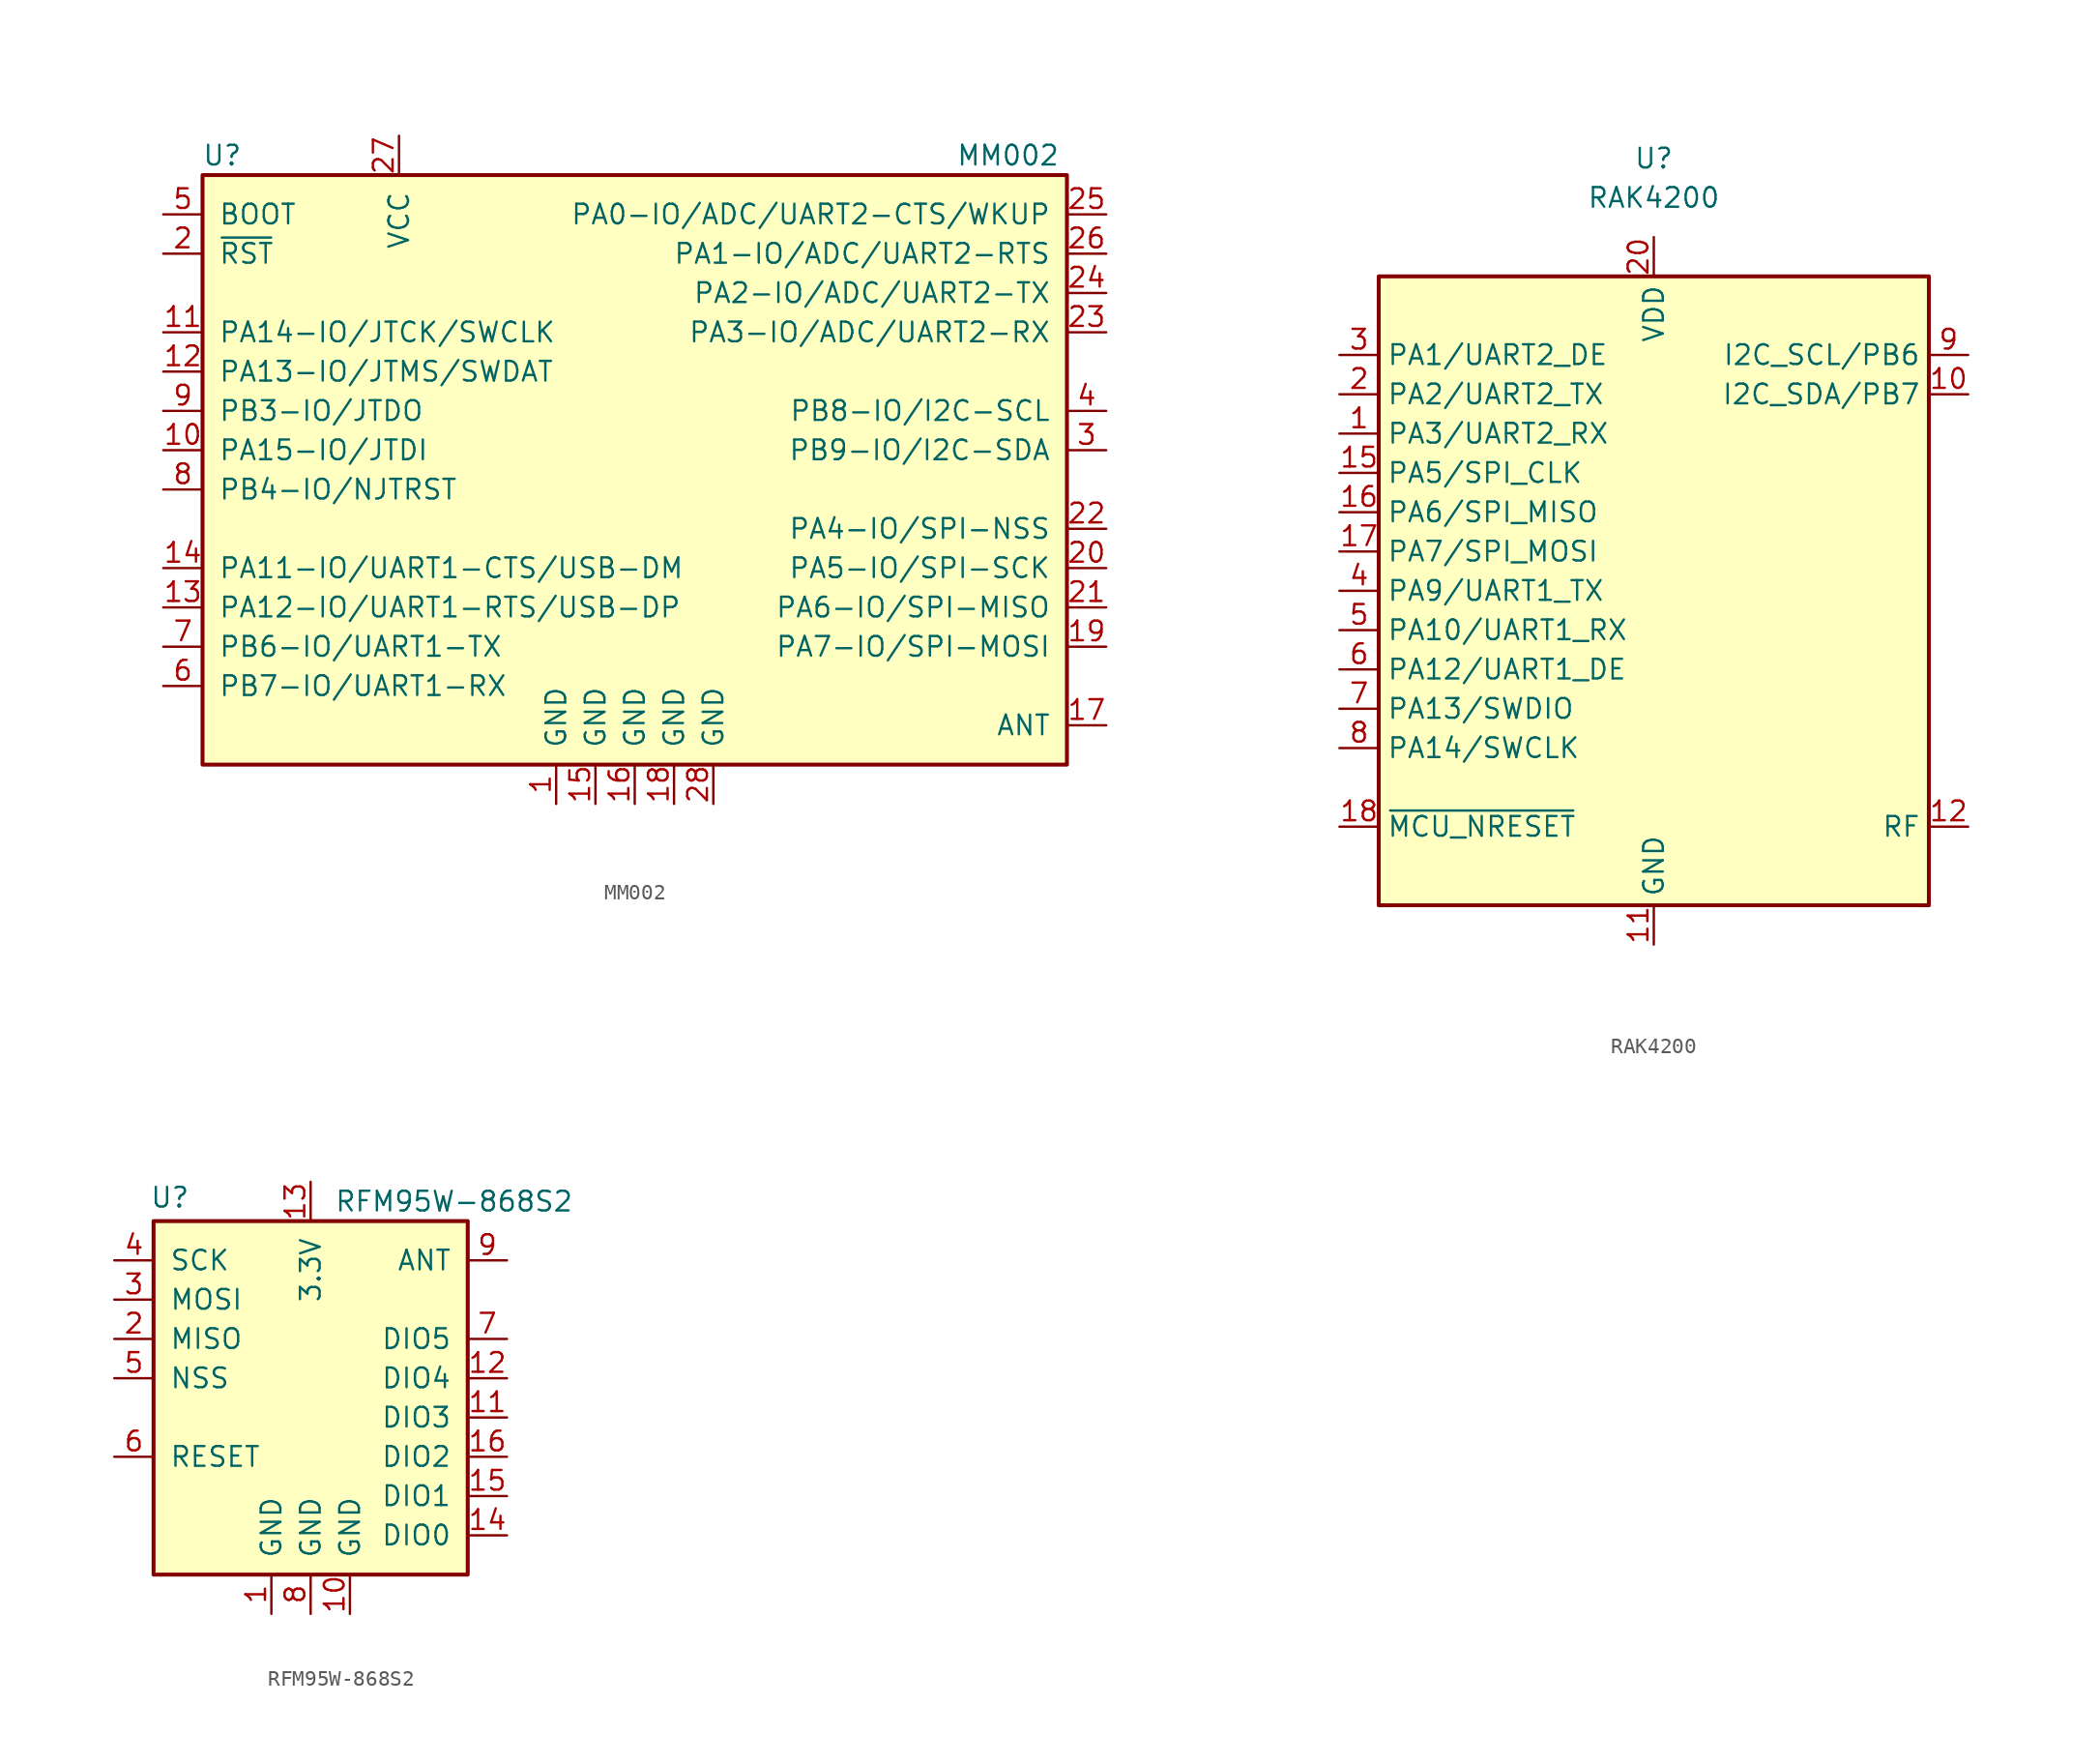
<source format=kicad_sym>
(kicad_symbol_lib
  (version 20241209)
  (generator "kicad_symbol_editor")
  (generator_version "9.0")
  (symbol "MM002"
    (pin_names
      (offset 1.016))
    (property "Reference" "U"
      (at -26.67 21.59 0)
      (effects (font (size 1.27 1.27))))
    (property "Value" "MM002"
      (at 24.13 21.59 0)
      (effects (font (size 1.27 1.27))))
    (symbol "MM002_0_1"
      (rectangle (start -27.94 20.32) (end 27.94 -17.78) (stroke (width 0.254) (type default)) (fill (type background))))
    (symbol "MM002_1_1"
      (pin input line (at -30.48 17.78 0) (length 2.54) (name "BOOT" (effects (font (size 1.27 1.27)))) (number "5" (effects (font (size 1.27 1.27)))))
      (pin input line (at -30.48 15.24 0) (length 2.54) (name "~{RST}" (effects (font (size 1.27 1.27)))) (number "2" (effects (font (size 1.27 1.27)))))
      (pin bidirectional line (at -30.48 10.16 0) (length 2.54) (name "PA14-IO/JTCK/SWCLK" (effects (font (size 1.27 1.27)))) (number "11" (effects (font (size 1.27 1.27)))))
      (pin bidirectional line (at -30.48 7.62 0) (length 2.54) (name "PA13-IO/JTMS/SWDAT" (effects (font (size 1.27 1.27)))) (number "12" (effects (font (size 1.27 1.27)))))
      (pin bidirectional line (at -30.48 5.08 0) (length 2.54) (name "PB3-IO/JTDO" (effects (font (size 1.27 1.27)))) (number "9" (effects (font (size 1.27 1.27)))))
      (pin bidirectional line (at -30.48 2.54 0) (length 2.54) (name "PA15-IO/JTDI" (effects (font (size 1.27 1.27)))) (number "10" (effects (font (size 1.27 1.27)))))
      (pin input line (at -30.48 0 0) (length 2.54) (name "PB4-IO/NJTRST" (effects (font (size 1.27 1.27)))) (number "8" (effects (font (size 1.27 1.27)))))
      (pin bidirectional line (at -30.48 -5.08 0) (length 2.54) (name "PA11-IO/UART1-CTS/USB-DM" (effects (font (size 1.27 1.27)))) (number "14" (effects (font (size 1.27 1.27)))))
      (pin bidirectional line (at -30.48 -7.62 0) (length 2.54) (name "PA12-IO/UART1-RTS/USB-DP" (effects (font (size 1.27 1.27)))) (number "13" (effects (font (size 1.27 1.27)))))
      (pin bidirectional line (at -30.48 -10.16 0) (length 2.54) (name "PB6-IO/UART1-TX" (effects (font (size 1.27 1.27)))) (number "7" (effects (font (size 1.27 1.27)))))
      (pin bidirectional line (at -30.48 -12.7 0) (length 2.54) (name "PB7-IO/UART1-RX" (effects (font (size 1.27 1.27)))) (number "6" (effects (font (size 1.27 1.27)))))
      (pin power_in line (at -15.24 22.86 270) (length 2.54) (name "VCC" (effects (font (size 1.27 1.27)))) (number "27" (effects (font (size 1.27 1.27)))))
      (pin power_in line (at -5.08 -20.32 90) (length 2.54) (name "GND" (effects (font (size 1.27 1.27)))) (number "1" (effects (font (size 1.27 1.27)))))
      (pin power_in line (at -2.54 -20.32 90) (length 2.54) (name "GND" (effects (font (size 1.27 1.27)))) (number "15" (effects (font (size 1.27 1.27)))))
      (pin power_in line (at 0 -20.32 90) (length 2.54) (name "GND" (effects (font (size 1.27 1.27)))) (number "16" (effects (font (size 1.27 1.27)))))
      (pin power_in line (at 2.54 -20.32 90) (length 2.54) (name "GND" (effects (font (size 1.27 1.27)))) (number "18" (effects (font (size 1.27 1.27)))))
      (pin power_in line (at 5.08 -20.32 90) (length 2.54) (name "GND" (effects (font (size 1.27 1.27)))) (number "28" (effects (font (size 1.27 1.27)))))
      (pin bidirectional line (at 30.48 17.78 180) (length 2.54) (name "PA0-IO/ADC/UART2-CTS/WKUP" (effects (font (size 1.27 1.27)))) (number "25" (effects (font (size 1.27 1.27)))))
      (pin bidirectional line (at 30.48 15.24 180) (length 2.54) (name "PA1-IO/ADC/UART2-RTS" (effects (font (size 1.27 1.27)))) (number "26" (effects (font (size 1.27 1.27)))))
      (pin bidirectional line (at 30.48 12.7 180) (length 2.54) (name "PA2-IO/ADC/UART2-TX" (effects (font (size 1.27 1.27)))) (number "24" (effects (font (size 1.27 1.27)))))
      (pin bidirectional line (at 30.48 10.16 180) (length 2.54) (name "PA3-IO/ADC/UART2-RX" (effects (font (size 1.27 1.27)))) (number "23" (effects (font (size 1.27 1.27)))))
      (pin bidirectional line (at 30.48 5.08 180) (length 2.54) (name "PB8-IO/I2C-SCL" (effects (font (size 1.27 1.27)))) (number "4" (effects (font (size 1.27 1.27)))))
      (pin bidirectional line (at 30.48 2.54 180) (length 2.54) (name "PB9-IO/I2C-SDA" (effects (font (size 1.27 1.27)))) (number "3" (effects (font (size 1.27 1.27)))))
      (pin bidirectional line (at 30.48 -2.54 180) (length 2.54) (name "PA4-IO/SPI-NSS" (effects (font (size 1.27 1.27)))) (number "22" (effects (font (size 1.27 1.27)))))
      (pin bidirectional line (at 30.48 -5.08 180) (length 2.54) (name "PA5-IO/SPI-SCK" (effects (font (size 1.27 1.27)))) (number "20" (effects (font (size 1.27 1.27)))))
      (pin bidirectional line (at 30.48 -7.62 180) (length 2.54) (name "PA6-IO/SPI-MISO" (effects (font (size 1.27 1.27)))) (number "21" (effects (font (size 1.27 1.27)))))
      (pin bidirectional line (at 30.48 -10.16 180) (length 2.54) (name "PA7-IO/SPI-MOSI" (effects (font (size 1.27 1.27)))) (number "19" (effects (font (size 1.27 1.27)))))
      (pin bidirectional line (at 30.48 -15.24 180) (length 2.54) (name "ANT" (effects (font (size 1.27 1.27)))) (number "17" (effects (font (size 1.27 1.27)))))))
  (symbol "RAK4200"
    (property "Reference" "U"
      (at 0 27.94 0)
      (effects (font (size 1.27 1.27))))
    (property "Value" "RAK4200"
      (at 0 25.4 0)
      (effects (font (size 1.27 1.27))))
    (symbol "RAK4200_0_1"
      (rectangle (start -17.78 20.32) (end 17.78 -20.32) (stroke (width 0.254) (type default)) (fill (type background))))
    (symbol "RAK4200_1_1"
      (pin bidirectional line (at -20.32 15.24 0) (length 2.54) (name "PA1/UART2_DE" (effects (font (size 1.27 1.27)))) (number "3" (effects (font (size 1.27 1.27)))))
      (pin bidirectional line (at -20.32 12.7 0) (length 2.54) (name "PA2/UART2_TX" (effects (font (size 1.27 1.27)))) (number "2" (effects (font (size 1.27 1.27)))))
      (pin bidirectional line (at -20.32 10.16 0) (length 2.54) (name "PA3/UART2_RX" (effects (font (size 1.27 1.27)))) (number "1" (effects (font (size 1.27 1.27)))))
      (pin bidirectional line (at -20.32 7.62 0) (length 2.54) (name "PA5/SPI_CLK" (effects (font (size 1.27 1.27)))) (number "15" (effects (font (size 1.27 1.27)))))
      (pin bidirectional line (at -20.32 5.08 0) (length 2.54) (name "PA6/SPI_MISO" (effects (font (size 1.27 1.27)))) (number "16" (effects (font (size 1.27 1.27)))))
      (pin bidirectional line (at -20.32 2.54 0) (length 2.54) (name "PA7/SPI_MOSI" (effects (font (size 1.27 1.27)))) (number "17" (effects (font (size 1.27 1.27)))))
      (pin bidirectional line (at -20.32 0 0) (length 2.54) (name "PA9/UART1_TX" (effects (font (size 1.27 1.27)))) (number "4" (effects (font (size 1.27 1.27)))))
      (pin bidirectional line (at -20.32 -2.54 0) (length 2.54) (name "PA10/UART1_RX" (effects (font (size 1.27 1.27)))) (number "5" (effects (font (size 1.27 1.27)))))
      (pin bidirectional line (at -20.32 -5.08 0) (length 2.54) (name "PA12/UART1_DE" (effects (font (size 1.27 1.27)))) (number "6" (effects (font (size 1.27 1.27)))))
      (pin bidirectional line (at -20.32 -7.62 0) (length 2.54) (name "PA13/SWDIO" (effects (font (size 1.27 1.27)))) (number "7" (effects (font (size 1.27 1.27)))))
      (pin bidirectional line (at -20.32 -10.16 0) (length 2.54) (name "PA14/SWCLK" (effects (font (size 1.27 1.27)))) (number "8" (effects (font (size 1.27 1.27)))))
      (pin bidirectional line (at -20.32 -15.24 0) (length 2.54) (name "~{MCU_NRESET}" (effects (font (size 1.27 1.27)))) (number "18" (effects (font (size 1.27 1.27)))))
      (pin power_in line (at 0 22.86 270) (length 2.54) (name "VDD" (effects (font (size 1.27 1.27)))) (number "20" (effects (font (size 1.27 1.27)))))
      (pin power_in line (at 0 -22.86 90) (length 2.54) (name "GND" (effects (font (size 1.27 1.27)))) (number "11" (effects (font (size 1.27 1.27)))))
      (pin passive line (at 0 -22.86 90) (length 2.54) (hide yes) (name "GND" (effects (font (size 1.27 1.27)))) (number "13" (effects (font (size 1.27 1.27)))))
      (pin passive line (at 0 -22.86 90) (length 2.54) (hide yes) (name "GND" (effects (font (size 1.27 1.27)))) (number "14" (effects (font (size 1.27 1.27)))))
      (pin passive line (at 0 -22.86 90) (length 2.54) (hide yes) (name "GND" (effects (font (size 1.27 1.27)))) (number "19" (effects (font (size 1.27 1.27)))))
      (pin bidirectional line (at 20.32 15.24 180) (length 2.54) (name "I2C_SCL/PB6" (effects (font (size 1.27 1.27)))) (number "9" (effects (font (size 1.27 1.27)))))
      (pin bidirectional line (at 20.32 12.7 180) (length 2.54) (name "I2C_SDA/PB7" (effects (font (size 1.27 1.27)))) (number "10" (effects (font (size 1.27 1.27)))))
      (pin passive line (at 20.32 -15.24 180) (length 2.54) (name "RF" (effects (font (size 1.27 1.27)))) (number "12" (effects (font (size 1.27 1.27)))))))
  (symbol "RFM95W-868S2"
    (pin_names
      (offset 1.016))
    (property "Reference" "U"
      (at -10.414 11.684 0)
      (effects (font (size 1.27 1.27)) (justify left)))
    (property "Value" "RFM95W-868S2"
      (at 1.524 11.43 0)
      (effects (font (size 1.27 1.27)) (justify left)))
    (symbol "RFM95W-868S2_0_1"
      (rectangle (start -10.16 10.16) (end 10.16 -12.7) (stroke (width 0.254) (type default)) (fill (type background))))
    (symbol "RFM95W-868S2_1_1"
      (pin input line (at -12.7 7.62 0) (length 2.54) (name "SCK" (effects (font (size 1.27 1.27)))) (number "4" (effects (font (size 1.27 1.27)))))
      (pin input line (at -12.7 5.08 0) (length 2.54) (name "MOSI" (effects (font (size 1.27 1.27)))) (number "3" (effects (font (size 1.27 1.27)))))
      (pin output line (at -12.7 2.54 0) (length 2.54) (name "MISO" (effects (font (size 1.27 1.27)))) (number "2" (effects (font (size 1.27 1.27)))))
      (pin input line (at -12.7 0 0) (length 2.54) (name "NSS" (effects (font (size 1.27 1.27)))) (number "5" (effects (font (size 1.27 1.27)))))
      (pin bidirectional line (at -12.7 -5.08 0) (length 2.54) (name "RESET" (effects (font (size 1.27 1.27)))) (number "6" (effects (font (size 1.27 1.27)))))
      (pin power_in line (at -2.54 -15.24 90) (length 2.54) (name "GND" (effects (font (size 1.27 1.27)))) (number "1" (effects (font (size 1.27 1.27)))))
      (pin power_in line (at 0 12.7 270) (length 2.54) (name "3.3V" (effects (font (size 1.27 1.27)))) (number "13" (effects (font (size 1.27 1.27)))))
      (pin power_in line (at 0 -15.24 90) (length 2.54) (name "GND" (effects (font (size 1.27 1.27)))) (number "8" (effects (font (size 1.27 1.27)))))
      (pin power_in line (at 2.54 -15.24 90) (length 2.54) (name "GND" (effects (font (size 1.27 1.27)))) (number "10" (effects (font (size 1.27 1.27)))))
      (pin bidirectional line (at 12.7 7.62 180) (length 2.54) (name "ANT" (effects (font (size 1.27 1.27)))) (number "9" (effects (font (size 1.27 1.27)))))
      (pin bidirectional line (at 12.7 2.54 180) (length 2.54) (name "DIO5" (effects (font (size 1.27 1.27)))) (number "7" (effects (font (size 1.27 1.27)))))
      (pin bidirectional line (at 12.7 0 180) (length 2.54) (name "DIO4" (effects (font (size 1.27 1.27)))) (number "12" (effects (font (size 1.27 1.27)))))
      (pin bidirectional line (at 12.7 -2.54 180) (length 2.54) (name "DIO3" (effects (font (size 1.27 1.27)))) (number "11" (effects (font (size 1.27 1.27)))))
      (pin bidirectional line (at 12.7 -5.08 180) (length 2.54) (name "DIO2" (effects (font (size 1.27 1.27)))) (number "16" (effects (font (size 1.27 1.27)))))
      (pin bidirectional line (at 12.7 -7.62 180) (length 2.54) (name "DIO1" (effects (font (size 1.27 1.27)))) (number "15" (effects (font (size 1.27 1.27)))))
      (pin bidirectional line (at 12.7 -10.16 180) (length 2.54) (name "DIO0" (effects (font (size 1.27 1.27)))) (number "14" (effects (font (size 1.27 1.27))))))))
</source>
